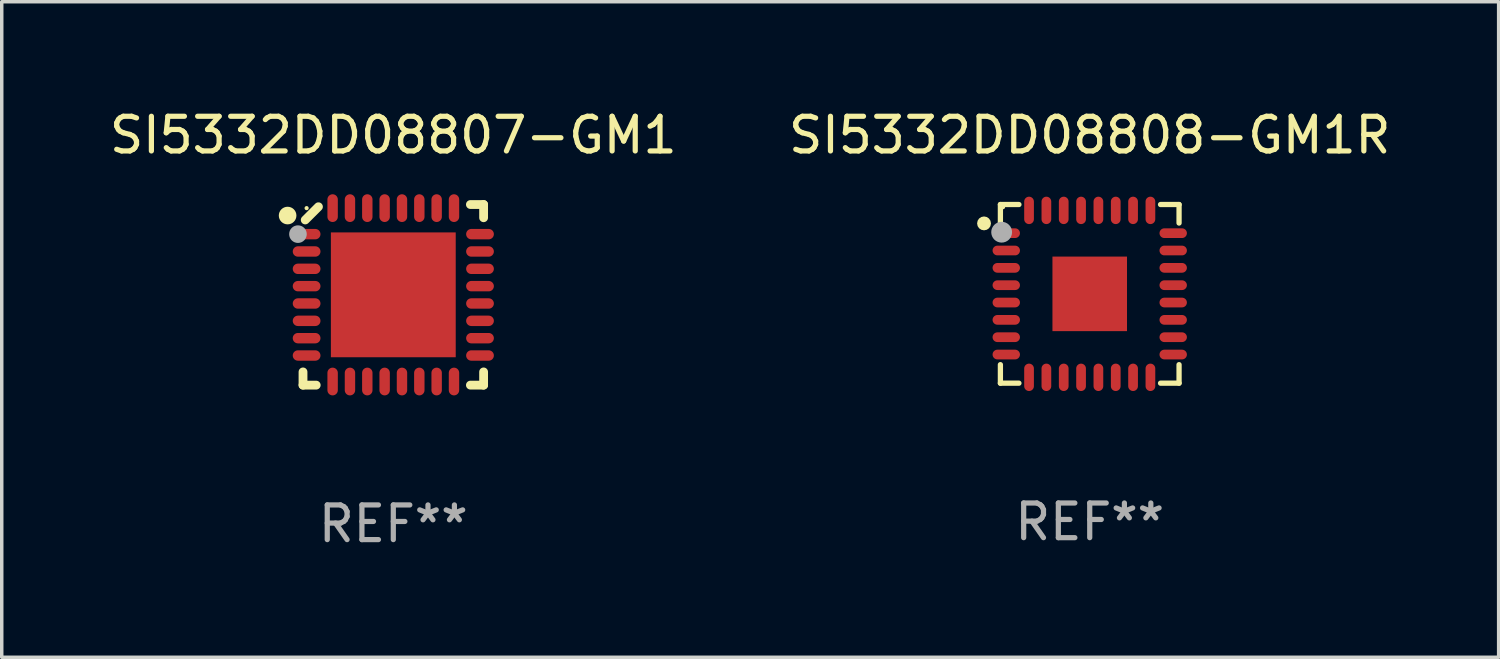
<source format=kicad_pcb>
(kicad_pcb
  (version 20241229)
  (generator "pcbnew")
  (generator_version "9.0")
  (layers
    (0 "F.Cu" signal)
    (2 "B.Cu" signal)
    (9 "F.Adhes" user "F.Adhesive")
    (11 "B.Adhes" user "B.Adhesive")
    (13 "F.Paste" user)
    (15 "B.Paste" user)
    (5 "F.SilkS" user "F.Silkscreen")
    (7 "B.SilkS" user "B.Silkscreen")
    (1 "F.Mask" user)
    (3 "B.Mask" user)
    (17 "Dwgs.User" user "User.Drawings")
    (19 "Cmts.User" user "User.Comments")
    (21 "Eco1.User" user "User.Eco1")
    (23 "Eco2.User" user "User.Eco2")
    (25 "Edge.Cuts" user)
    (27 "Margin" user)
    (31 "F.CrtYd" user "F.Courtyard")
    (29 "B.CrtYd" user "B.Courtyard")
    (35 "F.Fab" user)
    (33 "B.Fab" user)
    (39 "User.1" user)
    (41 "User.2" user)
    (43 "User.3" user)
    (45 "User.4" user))
  (footprint "SI5332DD08807-GM1"
    (layer "F.Cu")
    (at 8.292 5.452)
    (property "Reference" "SI5332DD08807-GM1" (at 0 -4.604 0) (layer "F.SilkS") (effects (font (size 1 1) (thickness 0.15))))
    (attr through_hole)
    (fp_line (start -2.604 2.223) (end -2.604 2.604) (stroke (width 0.254) (type solid)) (layer "F.SilkS"))
    (fp_line (start -2.604 2.604) (end -2.223 2.604) (stroke (width 0.254) (type solid)) (layer "F.SilkS"))
    (fp_line (start -2.159 -2.54) (end -2.54 -2.159) (stroke (width 0.254) (type solid)) (layer "F.SilkS"))
    (fp_line (start 2.223 2.604) (end 2.604 2.604) (stroke (width 0.254) (type solid)) (layer "F.SilkS"))
    (fp_line (start 2.604 -2.604) (end 2.223 -2.604) (stroke (width 0.254) (type solid)) (layer "F.SilkS"))
    (fp_line (start 2.604 -2.223) (end 2.604 -2.604) (stroke (width 0.254) (type solid)) (layer "F.SilkS"))
    (fp_line (start 2.604 2.604) (end 2.604 2.223) (stroke (width 0.254) (type solid)) (layer "F.SilkS"))
    (fp_circle (center -3.048 -2.286) (end -2.921 -2.286) (stroke (width 0.254) (type solid)) (fill no) (layer "F.SilkS"))
    (fp_circle (center -2.5 -2.5) (end -2.47 -2.5) (stroke (width 0.06) (type solid)) (fill no) (layer "F.SilkS"))
    (fp_circle (center -2.75 -1.75) (end -2.623 -1.75) (stroke (width 0.254) (type solid)) (fill no) (layer "F.Fab"))
    (fp_text user "REF**" (at 0 6.604 0) (layer "F.Fab") (effects (font (size 1 1) (thickness 0.15))))
    (pad "1" smd oval (at -2.5 -1.75) (size 0.8 0.3) (layers "F.Cu" "F.Mask" "F.Paste"))
    (pad "2" smd oval (at -2.5 -1.25) (size 0.8 0.3) (layers "F.Cu" "F.Mask" "F.Paste"))
    (pad "3" smd oval (at -2.5 -0.75) (size 0.8 0.3) (layers "F.Cu" "F.Mask" "F.Paste"))
    (pad "4" smd oval (at -2.5 -0.25) (size 0.8 0.3) (layers "F.Cu" "F.Mask" "F.Paste"))
    (pad "5" smd oval (at -2.5 0.25) (size 0.8 0.3) (layers "F.Cu" "F.Mask" "F.Paste"))
    (pad "6" smd oval (at -2.5 0.75) (size 0.8 0.3) (layers "F.Cu" "F.Mask" "F.Paste"))
    (pad "7" smd oval (at -2.5 1.25) (size 0.8 0.3) (layers "F.Cu" "F.Mask" "F.Paste"))
    (pad "8" smd oval (at -2.5 1.75) (size 0.8 0.3) (layers "F.Cu" "F.Mask" "F.Paste"))
    (pad "9" smd oval (at -1.75 2.5) (size 0.3 0.8) (layers "F.Cu" "F.Mask" "F.Paste"))
    (pad "10" smd oval (at -1.25 2.5) (size 0.3 0.8) (layers "F.Cu" "F.Mask" "F.Paste"))
    (pad "11" smd oval (at -0.75 2.5) (size 0.3 0.8) (layers "F.Cu" "F.Mask" "F.Paste"))
    (pad "12" smd oval (at -0.25 2.5) (size 0.3 0.8) (layers "F.Cu" "F.Mask" "F.Paste"))
    (pad "13" smd oval (at 0.25 2.5) (size 0.3 0.8) (layers "F.Cu" "F.Mask" "F.Paste"))
    (pad "14" smd oval (at 0.75 2.5) (size 0.3 0.8) (layers "F.Cu" "F.Mask" "F.Paste"))
    (pad "15" smd oval (at 1.25 2.5) (size 0.3 0.8) (layers "F.Cu" "F.Mask" "F.Paste"))
    (pad "16" smd oval (at 1.75 2.5) (size 0.3 0.8) (layers "F.Cu" "F.Mask" "F.Paste"))
    (pad "17" smd oval (at 2.5 1.75) (size 0.8 0.3) (layers "F.Cu" "F.Mask" "F.Paste"))
    (pad "18" smd oval (at 2.5 1.25) (size 0.8 0.3) (layers "F.Cu" "F.Mask" "F.Paste"))
    (pad "19" smd oval (at 2.5 0.75) (size 0.8 0.3) (layers "F.Cu" "F.Mask" "F.Paste"))
    (pad "20" smd oval (at 2.5 0.25) (size 0.8 0.3) (layers "F.Cu" "F.Mask" "F.Paste"))
    (pad "21" smd oval (at 2.5 -0.25) (size 0.8 0.3) (layers "F.Cu" "F.Mask" "F.Paste"))
    (pad "22" smd oval (at 2.5 -0.75) (size 0.8 0.3) (layers "F.Cu" "F.Mask" "F.Paste"))
    (pad "23" smd oval (at 2.5 -1.25) (size 0.8 0.3) (layers "F.Cu" "F.Mask" "F.Paste"))
    (pad "24" smd oval (at 2.5 -1.75) (size 0.8 0.3) (layers "F.Cu" "F.Mask" "F.Paste"))
    (pad "25" smd oval (at 1.75 -2.5) (size 0.3 0.8) (layers "F.Cu" "F.Mask" "F.Paste"))
    (pad "26" smd oval (at 1.25 -2.5) (size 0.3 0.8) (layers "F.Cu" "F.Mask" "F.Paste"))
    (pad "27" smd oval (at 0.75 -2.5) (size 0.3 0.8) (layers "F.Cu" "F.Mask" "F.Paste"))
    (pad "28" smd oval (at 0.25 -2.5) (size 0.3 0.8) (layers "F.Cu" "F.Mask" "F.Paste"))
    (pad "29" smd oval (at -0.25 -2.5) (size 0.3 0.8) (layers "F.Cu" "F.Mask" "F.Paste"))
    (pad "30" smd oval (at -0.75 -2.5) (size 0.3 0.8) (layers "F.Cu" "F.Mask" "F.Paste"))
    (pad "31" smd oval (at -1.25 -2.5) (size 0.3 0.8) (layers "F.Cu" "F.Mask" "F.Paste"))
    (pad "32" smd oval (at -1.75 -2.5) (size 0.3 0.8) (layers "F.Cu" "F.Mask" "F.Paste"))
    (pad "33" smd rect (at -0.000076 0) (size 3.6 3.6) (layers "F.Cu" "F.Mask" "F.Paste")))
  (footprint "SI5332DD08808-GM1R"
    (layer "F.Cu")
    (at 28.375 5.424)
    (property "Reference" "SI5332DD08808-GM1R" (at 0 -4.576 0) (layer "F.SilkS") (effects (font (size 1 1) (thickness 0.15))))
    (attr through_hole)
    (fp_line (start -2.576 -2.576) (end -2.042 -2.576) (stroke (width 0.152) (type solid)) (layer "F.SilkS"))
    (fp_line (start -2.576 -2.042) (end -2.576 -2.576) (stroke (width 0.152) (type solid)) (layer "F.SilkS"))
    (fp_line (start -2.576 2.042) (end -2.576 2.576) (stroke (width 0.152) (type solid)) (layer "F.SilkS"))
    (fp_line (start -2.576 2.576) (end -2.042 2.576) (stroke (width 0.152) (type solid)) (layer "F.SilkS"))
    (fp_line (start 2.576 -2.576) (end 2.042 -2.576) (stroke (width 0.152) (type solid)) (layer "F.SilkS"))
    (fp_line (start 2.576 -2.042) (end 2.576 -2.576) (stroke (width 0.152) (type solid)) (layer "F.SilkS"))
    (fp_line (start 2.576 2.042) (end 2.576 2.576) (stroke (width 0.152) (type solid)) (layer "F.SilkS"))
    (fp_line (start 2.576 2.576) (end 2.042 2.576) (stroke (width 0.152) (type solid)) (layer "F.SilkS"))
    (fp_circle (center -3.048 -2.032) (end -2.948 -2.032) (stroke (width 0.2) (type solid)) (fill no) (layer "F.SilkS"))
    (fp_circle (center -2.5 -2.5) (end -2.47 -2.5) (stroke (width 0.06) (type solid)) (fill no) (layer "F.SilkS"))
    (fp_circle (center -2.54 -1.778) (end -2.39 -1.778) (stroke (width 0.3) (type solid)) (fill no) (layer "F.Fab"))
    (fp_text user "REF**" (at 0 6.576 0) (layer "F.Fab") (effects (font (size 1 1) (thickness 0.15))))
    (pad "1" smd oval (at -2.407 -1.75) (size 0.79 0.28) (layers "F.Cu" "F.Mask" "F.Paste"))
    (pad "2" smd oval (at -2.407 -1.25) (size 0.79 0.28) (layers "F.Cu" "F.Mask" "F.Paste"))
    (pad "3" smd oval (at -2.407 -0.75) (size 0.79 0.28) (layers "F.Cu" "F.Mask" "F.Paste"))
    (pad "4" smd oval (at -2.407 -0.25) (size 0.79 0.28) (layers "F.Cu" "F.Mask" "F.Paste"))
    (pad "5" smd oval (at -2.407 0.25) (size 0.79 0.28) (layers "F.Cu" "F.Mask" "F.Paste"))
    (pad "6" smd oval (at -2.407 0.75) (size 0.79 0.28) (layers "F.Cu" "F.Mask" "F.Paste"))
    (pad "7" smd oval (at -2.407 1.25) (size 0.79 0.28) (layers "F.Cu" "F.Mask" "F.Paste"))
    (pad "8" smd oval (at -2.407 1.75) (size 0.79 0.28) (layers "F.Cu" "F.Mask" "F.Paste"))
    (pad "9" smd oval (at -1.75 2.407) (size 0.28 0.79) (layers "F.Cu" "F.Mask" "F.Paste"))
    (pad "10" smd oval (at -1.25 2.407) (size 0.28 0.79) (layers "F.Cu" "F.Mask" "F.Paste"))
    (pad "11" smd oval (at -0.75 2.407) (size 0.28 0.79) (layers "F.Cu" "F.Mask" "F.Paste"))
    (pad "12" smd oval (at -0.25 2.407) (size 0.28 0.79) (layers "F.Cu" "F.Mask" "F.Paste"))
    (pad "13" smd oval (at 0.25 2.407) (size 0.28 0.79) (layers "F.Cu" "F.Mask" "F.Paste"))
    (pad "14" smd oval (at 0.75 2.407) (size 0.28 0.79) (layers "F.Cu" "F.Mask" "F.Paste"))
    (pad "15" smd oval (at 1.25 2.407) (size 0.28 0.79) (layers "F.Cu" "F.Mask" "F.Paste"))
    (pad "16" smd oval (at 1.75 2.407) (size 0.28 0.79) (layers "F.Cu" "F.Mask" "F.Paste"))
    (pad "17" smd oval (at 2.407 1.75) (size 0.79 0.28) (layers "F.Cu" "F.Mask" "F.Paste"))
    (pad "18" smd oval (at 2.407 1.25) (size 0.79 0.28) (layers "F.Cu" "F.Mask" "F.Paste"))
    (pad "19" smd oval (at 2.407 0.75) (size 0.79 0.28) (layers "F.Cu" "F.Mask" "F.Paste"))
    (pad "20" smd oval (at 2.407 0.25) (size 0.79 0.28) (layers "F.Cu" "F.Mask" "F.Paste"))
    (pad "21" smd oval (at 2.407 -0.25) (size 0.79 0.28) (layers "F.Cu" "F.Mask" "F.Paste"))
    (pad "22" smd oval (at 2.407 -0.75) (size 0.79 0.28) (layers "F.Cu" "F.Mask" "F.Paste"))
    (pad "23" smd oval (at 2.407 -1.25) (size 0.79 0.28) (layers "F.Cu" "F.Mask" "F.Paste"))
    (pad "24" smd oval (at 2.407 -1.75) (size 0.79 0.28) (layers "F.Cu" "F.Mask" "F.Paste"))
    (pad "25" smd oval (at 1.75 -2.407) (size 0.28 0.79) (layers "F.Cu" "F.Mask" "F.Paste"))
    (pad "26" smd oval (at 1.25 -2.407) (size 0.28 0.79) (layers "F.Cu" "F.Mask" "F.Paste"))
    (pad "27" smd oval (at 0.75 -2.407) (size 0.28 0.79) (layers "F.Cu" "F.Mask" "F.Paste"))
    (pad "28" smd oval (at 0.25 -2.407) (size 0.28 0.79) (layers "F.Cu" "F.Mask" "F.Paste"))
    (pad "29" smd oval (at -0.25 -2.407) (size 0.28 0.79) (layers "F.Cu" "F.Mask" "F.Paste"))
    (pad "30" smd oval (at -0.75 -2.407) (size 0.28 0.79) (layers "F.Cu" "F.Mask" "F.Paste"))
    (pad "31" smd oval (at -1.25 -2.407) (size 0.28 0.79) (layers "F.Cu" "F.Mask" "F.Paste"))
    (pad "32" smd oval (at -1.75 -2.407) (size 0.28 0.79) (layers "F.Cu" "F.Mask" "F.Paste"))
    (pad "33" smd rect (at -0.000013 0.000013) (size 2.15 2.15) (layers "F.Cu" "F.Mask" "F.Paste")))
  (gr_rect
    (start -3 -3)
    (end 40.167 15.904)
    (stroke (width 0.1) (type default))
    (fill no)
    (layer "Edge.Cuts")))
</source>
